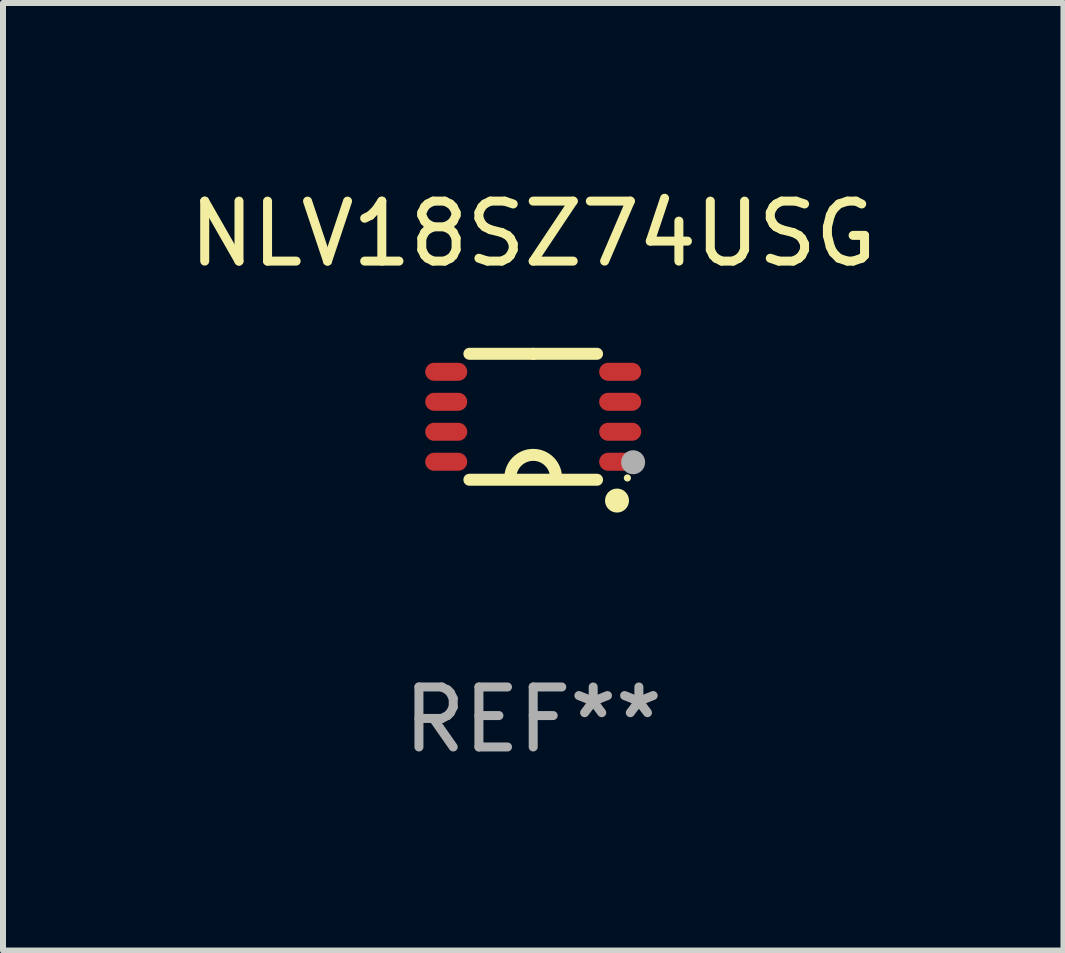
<source format=kicad_pcb>
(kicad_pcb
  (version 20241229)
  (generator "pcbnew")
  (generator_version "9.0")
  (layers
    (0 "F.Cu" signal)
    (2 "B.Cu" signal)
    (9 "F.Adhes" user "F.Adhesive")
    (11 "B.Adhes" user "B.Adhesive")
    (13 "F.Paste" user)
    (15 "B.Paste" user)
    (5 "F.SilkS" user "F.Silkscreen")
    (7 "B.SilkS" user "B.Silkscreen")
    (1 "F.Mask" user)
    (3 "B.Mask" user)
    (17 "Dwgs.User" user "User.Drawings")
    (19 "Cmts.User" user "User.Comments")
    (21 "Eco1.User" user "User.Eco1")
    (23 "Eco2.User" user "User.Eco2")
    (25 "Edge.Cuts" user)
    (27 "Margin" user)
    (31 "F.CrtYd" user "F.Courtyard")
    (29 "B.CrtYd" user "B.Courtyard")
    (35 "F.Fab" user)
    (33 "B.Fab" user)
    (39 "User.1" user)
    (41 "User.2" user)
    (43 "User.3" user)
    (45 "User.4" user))
  (footprint "NLV18SZ74USG"
    (layer "F.Cu")
    (at 5.839 3.898)
    (property "Reference" "NLV18SZ74USG" (at 0 -3.05 0) (layer "F.SilkS") (effects (font (size 1 1) (thickness 0.15))))
    (attr through_hole)
    (fp_line (start -1.064 1.05) (end 1.064 1.05) (stroke (width 0.2) (type solid)) (layer "F.SilkS"))
    (fp_line (start -0.000051 -1.05) (end -1.064 -1.05) (stroke (width 0.2) (type solid)) (layer "F.SilkS"))
    (fp_line (start -0.000051 -1.05) (end 1.064 -1.05) (stroke (width 0.2) (type solid)) (layer "F.SilkS"))
    (fp_arc (start -0.381102 1.015991) (mid -0.000077 0.635294) (end 0.38095 1.015989) (stroke (width 0.2) (type solid)) (layer "F.SilkS"))
    (fp_circle (center 1.397 1.397) (end 1.497 1.397) (stroke (width 0.2) (type solid)) (fill no) (layer "F.SilkS"))
    (fp_circle (center 1.57 1.02) (end 1.6 1.02) (stroke (width 0.06) (type solid)) (fill no) (layer "F.SilkS"))
    (fp_circle (center 1.666 0.758) (end 1.766 0.758) (stroke (width 0.2) (type solid)) (fill no) (layer "F.Fab"))
    (fp_text user "REF**" (at 0 5.05 0) (layer "F.Fab") (effects (font (size 1 1) (thickness 0.15))))
    (pad "1" smd oval (at 1.45 0.75 90) (size 0.3 0.7) (layers "F.Cu" "F.Mask" "F.Paste"))
    (pad "2" smd oval (at 1.45 0.25 90) (size 0.3 0.7) (layers "F.Cu" "F.Mask" "F.Paste"))
    (pad "3" smd oval (at 1.45 -0.25 90) (size 0.3 0.7) (layers "F.Cu" "F.Mask" "F.Paste"))
    (pad "4" smd oval (at 1.45 -0.75 90) (size 0.3 0.7) (layers "F.Cu" "F.Mask" "F.Paste"))
    (pad "5" smd oval (at -1.45 -0.75 90) (size 0.3 0.7) (layers "F.Cu" "F.Mask" "F.Paste"))
    (pad "6" smd oval (at -1.45 -0.25 90) (size 0.3 0.7) (layers "F.Cu" "F.Mask" "F.Paste"))
    (pad "7" smd oval (at -1.45 0.25 90) (size 0.3 0.7) (layers "F.Cu" "F.Mask" "F.Paste"))
    (pad "8" smd oval (at -1.45 0.75 90) (size 0.3 0.7) (layers "F.Cu" "F.Mask" "F.Paste")))
  (gr_rect
    (start -3 -3)
    (end 14.679 12.796)
    (stroke (width 0.1) (type default))
    (fill no)
    (layer "Edge.Cuts")))
</source>
